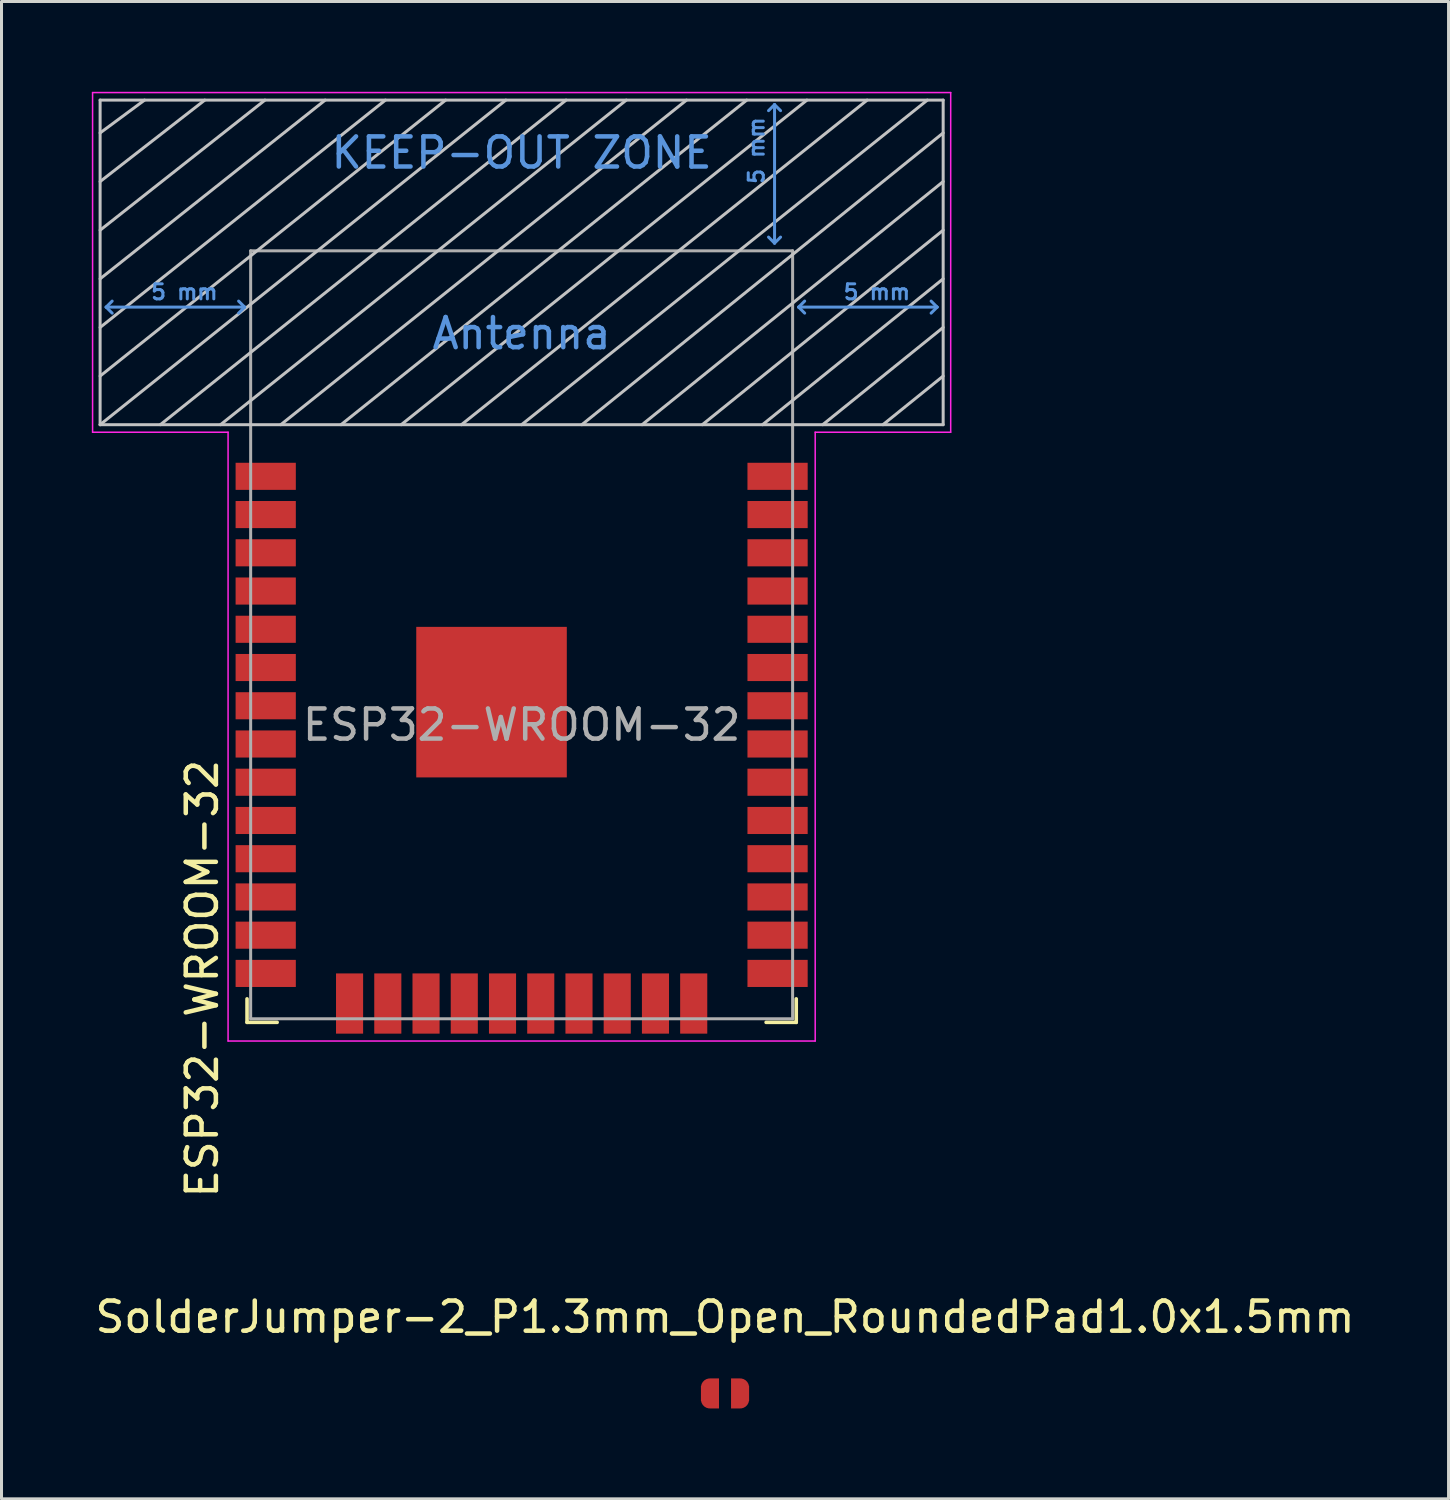
<source format=kicad_pcb>
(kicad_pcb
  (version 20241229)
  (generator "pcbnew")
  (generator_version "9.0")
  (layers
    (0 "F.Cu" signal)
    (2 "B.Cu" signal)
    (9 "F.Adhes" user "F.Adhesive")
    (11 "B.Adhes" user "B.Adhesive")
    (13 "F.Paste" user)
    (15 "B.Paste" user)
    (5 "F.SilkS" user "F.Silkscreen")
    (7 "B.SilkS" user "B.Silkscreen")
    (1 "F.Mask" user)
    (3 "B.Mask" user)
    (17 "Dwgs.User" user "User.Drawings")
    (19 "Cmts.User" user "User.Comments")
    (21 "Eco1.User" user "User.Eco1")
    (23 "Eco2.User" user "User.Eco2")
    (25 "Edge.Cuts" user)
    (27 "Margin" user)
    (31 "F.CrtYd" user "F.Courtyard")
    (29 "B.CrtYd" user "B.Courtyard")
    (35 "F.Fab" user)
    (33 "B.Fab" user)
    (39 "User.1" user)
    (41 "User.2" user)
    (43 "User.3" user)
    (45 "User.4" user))
  (footprint "SolderJumper-2_P1.3mm_Open_RoundedPad1.0x1.5mm"
    (layer "F.Cu")
    (at 21.03 43.23)
    (property "Reference" "SolderJumper-2_P1.3mm_Open_RoundedPad1.0x1.5mm" (at 0 -2.54 0) (layer "F.SilkS") (effects (font (size 1 1) (thickness 0.15))))
    (attr exclude_from_pos_files exclude_from_bom)
    (pad "1" smd custom (at -0.5 0) (size 0.6 0.5) (layers "F.Cu" "F.Mask") (options (anchor rect)) (primitives (gr_circle (center 0 0.2) (end 0.3 0.2) (width 0) (fill yes)) (gr_circle (center 0 -0.2) (end 0.3 -0.2) (width 0) (fill yes)) (gr_poly (pts (xy 0 -0.5) (xy 0.3 -0.5) (xy 0.3 0.5) (xy 0 0.5)) (width 0) (fill yes))))
    (pad "2" smd custom (at 0.5 0) (size 0.6 0.5) (layers "F.Cu" "F.Mask") (options (anchor rect)) (primitives (gr_circle (center 0 0.2) (end 0.3 0.2) (width 0) (fill yes)) (gr_circle (center 0 -0.2) (end 0.3 -0.2) (width 0) (fill yes)) (gr_poly (pts (xy 0 -0.5) (xy -0.3 -0.5) (xy -0.3 0.5) (xy 0 0.5)) (width 0) (fill yes)))))
  (footprint "ESP32-WROOM-32"
    (layer "F.Cu")
    (at 14.275 21.025)
    (property "Reference" "ESP32-WROOM-32" (at -10.61 8.43 90) (layer "F.SilkS") (effects (font (size 1 1) (thickness 0.15))))
    (attr smd)
    (fp_line (start -9.12 9.1) (end -9.12 9.88) (stroke (width 0.12) (type solid)) (layer "F.SilkS"))
    (fp_line (start -9.12 9.88) (end -8.12 9.88) (stroke (width 0.12) (type solid)) (layer "F.SilkS"))
    (fp_line (start 9.12 9.1) (end 9.12 9.88) (stroke (width 0.12) (type solid)) (layer "F.SilkS"))
    (fp_line (start 9.12 9.88) (end 8.12 9.88) (stroke (width 0.12) (type solid)) (layer "F.SilkS"))
    (fp_line (start -14 -9.97) (end -14 -20.75) (stroke (width 0.1) (type solid)) (layer "Dwgs.User"))
    (fp_line (start -12.525 -20.75) (end -14 -19.66) (stroke (width 0.1) (type solid)) (layer "Dwgs.User"))
    (fp_line (start -10.525 -20.75) (end -14 -18.045) (stroke (width 0.1) (type solid)) (layer "Dwgs.User"))
    (fp_line (start -8.525 -20.75) (end -14 -16.43) (stroke (width 0.1) (type solid)) (layer "Dwgs.User"))
    (fp_line (start -8 -9.97) (end 5.475 -20.75) (stroke (width 0.1) (type solid)) (layer "Dwgs.User"))
    (fp_line (start -6.525 -20.75) (end -14 -14.815) (stroke (width 0.1) (type solid)) (layer "Dwgs.User"))
    (fp_line (start -4.525 -20.75) (end -14 -13.2) (stroke (width 0.1) (type solid)) (layer "Dwgs.User"))
    (fp_line (start -2.525 -20.75) (end -14 -11.585) (stroke (width 0.1) (type solid)) (layer "Dwgs.User"))
    (fp_line (start -0.525 -20.75) (end -14 -9.97) (stroke (width 0.1) (type solid)) (layer "Dwgs.User"))
    (fp_line (start 1.475 -20.75) (end -12 -9.97) (stroke (width 0.1) (type solid)) (layer "Dwgs.User"))
    (fp_line (start 3.475 -20.75) (end -10 -9.97) (stroke (width 0.1) (type solid)) (layer "Dwgs.User"))
    (fp_line (start 7.475 -20.75) (end -6 -9.97) (stroke (width 0.1) (type solid)) (layer "Dwgs.User"))
    (fp_line (start 9.475 -20.75) (end -4 -9.97) (stroke (width 0.1) (type solid)) (layer "Dwgs.User"))
    (fp_line (start 11.475 -20.75) (end -2 -9.97) (stroke (width 0.1) (type solid)) (layer "Dwgs.User"))
    (fp_line (start 13.475 -20.75) (end 0 -9.97) (stroke (width 0.1) (type solid)) (layer "Dwgs.User"))
    (fp_line (start 14 -20.75) (end -14 -20.75) (stroke (width 0.1) (type solid)) (layer "Dwgs.User"))
    (fp_line (start 14 -19.66) (end 2 -9.97) (stroke (width 0.1) (type solid)) (layer "Dwgs.User"))
    (fp_line (start 14 -18.045) (end 4 -9.97) (stroke (width 0.1) (type solid)) (layer "Dwgs.User"))
    (fp_line (start 14 -16.43) (end 6 -9.97) (stroke (width 0.1) (type solid)) (layer "Dwgs.User"))
    (fp_line (start 14 -14.815) (end 8 -9.97) (stroke (width 0.1) (type solid)) (layer "Dwgs.User"))
    (fp_line (start 14 -13.2) (end 10 -9.97) (stroke (width 0.1) (type solid)) (layer "Dwgs.User"))
    (fp_line (start 14 -11.585) (end 12 -9.97) (stroke (width 0.1) (type solid)) (layer "Dwgs.User"))
    (fp_line (start 14 -9.97) (end -14 -9.97) (stroke (width 0.1) (type solid)) (layer "Dwgs.User"))
    (fp_line (start 14 -9.97) (end 14 -20.75) (stroke (width 0.1) (type solid)) (layer "Dwgs.User"))
    (fp_line (start -13.8 -13.875) (end -13.6 -14.075) (stroke (width 0.1) (type solid)) (layer "Cmts.User"))
    (fp_line (start -13.8 -13.875) (end -13.6 -13.675) (stroke (width 0.1) (type solid)) (layer "Cmts.User"))
    (fp_line (start -13.8 -13.875) (end -9.2 -13.875) (stroke (width 0.1) (type solid)) (layer "Cmts.User"))
    (fp_line (start -9.2 -13.875) (end -9.4 -14.075) (stroke (width 0.1) (type solid)) (layer "Cmts.User"))
    (fp_line (start -9.2 -13.875) (end -9.4 -13.675) (stroke (width 0.1) (type solid)) (layer "Cmts.User"))
    (fp_line (start 8.4 -20.6) (end 8.2 -20.4) (stroke (width 0.1) (type solid)) (layer "Cmts.User"))
    (fp_line (start 8.4 -20.6) (end 8.6 -20.4) (stroke (width 0.1) (type solid)) (layer "Cmts.User"))
    (fp_line (start 8.4 -16) (end 8.2 -16.2) (stroke (width 0.1) (type solid)) (layer "Cmts.User"))
    (fp_line (start 8.4 -16) (end 8.4 -20.6) (stroke (width 0.1) (type solid)) (layer "Cmts.User"))
    (fp_line (start 8.4 -16) (end 8.6 -16.2) (stroke (width 0.1) (type solid)) (layer "Cmts.User"))
    (fp_line (start 9.2 -13.875) (end 9.4 -14.075) (stroke (width 0.1) (type solid)) (layer "Cmts.User"))
    (fp_line (start 9.2 -13.875) (end 9.4 -13.675) (stroke (width 0.1) (type solid)) (layer "Cmts.User"))
    (fp_line (start 9.2 -13.875) (end 13.8 -13.875) (stroke (width 0.1) (type solid)) (layer "Cmts.User"))
    (fp_line (start 13.8 -13.875) (end 13.6 -14.075) (stroke (width 0.1) (type solid)) (layer "Cmts.User"))
    (fp_line (start 13.8 -13.875) (end 13.6 -13.675) (stroke (width 0.1) (type solid)) (layer "Cmts.User"))
    (fp_line (start -14.25 -21) (end -14.25 -9.72) (stroke (width 0.05) (type solid)) (layer "F.CrtYd"))
    (fp_line (start -14.25 -21) (end 14.25 -21) (stroke (width 0.05) (type solid)) (layer "F.CrtYd"))
    (fp_line (start -14.25 -9.72) (end -9.75 -9.72) (stroke (width 0.05) (type solid)) (layer "F.CrtYd"))
    (fp_line (start -9.75 10.5) (end -9.75 -9.72) (stroke (width 0.05) (type solid)) (layer "F.CrtYd"))
    (fp_line (start -9.75 10.5) (end 9.75 10.5) (stroke (width 0.05) (type solid)) (layer "F.CrtYd"))
    (fp_line (start 9.75 -9.72) (end 9.75 10.5) (stroke (width 0.05) (type solid)) (layer "F.CrtYd"))
    (fp_line (start 9.75 -9.72) (end 14.25 -9.72) (stroke (width 0.05) (type solid)) (layer "F.CrtYd"))
    (fp_line (start 14.25 -21) (end 14.25 -9.72) (stroke (width 0.05) (type solid)) (layer "F.CrtYd"))
    (fp_line (start -9 -15.745) (end -9 9.76) (stroke (width 0.1) (type solid)) (layer "F.Fab"))
    (fp_line (start -9 -15.745) (end 9 -15.745) (stroke (width 0.1) (type solid)) (layer "F.Fab"))
    (fp_line (start -9 9.76) (end 9 9.76) (stroke (width 0.1) (type solid)) (layer "F.Fab"))
    (fp_line (start 9 9.76) (end 9 -15.745) (stroke (width 0.1) (type solid)) (layer "F.Fab"))
    (fp_text user "5 mm" (at -11.2 -14.375 0) (layer "Cmts.User") (effects (font (size 0.5 0.5) (thickness 0.1))))
    (fp_text user "5 mm" (at 11.8 -14.375 0) (layer "Cmts.User") (effects (font (size 0.5 0.5) (thickness 0.1))))
    (fp_text user "5 mm" (at 7.8 -19.075 90) (layer "Cmts.User") (effects (font (size 0.5 0.5) (thickness 0.1))))
    (fp_text user "Antenna" (at 0 -13 0) (layer "Cmts.User") (effects (font (size 1 1) (thickness 0.15))))
    (fp_text user "KEEP-OUT ZONE" (at 0 -19 0) (layer "Cmts.User") (effects (font (size 1 1) (thickness 0.15))))
    (fp_text user "${REFERENCE}" (at 0 0 0) (layer "F.Fab") (effects (font (size 1 1) (thickness 0.15))))
    (pad "1" smd rect (at -8.5 -8.255) (size 2 0.9) (layers "F.Cu" "F.Mask" "F.Paste"))
    (pad "2" smd rect (at -8.5 -6.985) (size 2 0.9) (layers "F.Cu" "F.Mask" "F.Paste"))
    (pad "3" smd rect (at -8.5 -5.715) (size 2 0.9) (layers "F.Cu" "F.Mask" "F.Paste"))
    (pad "4" smd rect (at -8.5 -4.445) (size 2 0.9) (layers "F.Cu" "F.Mask" "F.Paste"))
    (pad "5" smd rect (at -8.5 -3.175) (size 2 0.9) (layers "F.Cu" "F.Mask" "F.Paste"))
    (pad "6" smd rect (at -8.5 -1.905) (size 2 0.9) (layers "F.Cu" "F.Mask" "F.Paste"))
    (pad "7" smd rect (at -8.5 -0.635) (size 2 0.9) (layers "F.Cu" "F.Mask" "F.Paste"))
    (pad "8" smd rect (at -8.5 0.635) (size 2 0.9) (layers "F.Cu" "F.Mask" "F.Paste"))
    (pad "9" smd rect (at -8.5 1.905) (size 2 0.9) (layers "F.Cu" "F.Mask" "F.Paste"))
    (pad "10" smd rect (at -8.5 3.175) (size 2 0.9) (layers "F.Cu" "F.Mask" "F.Paste"))
    (pad "11" smd rect (at -8.5 4.445) (size 2 0.9) (layers "F.Cu" "F.Mask" "F.Paste"))
    (pad "12" smd rect (at -8.5 5.715) (size 2 0.9) (layers "F.Cu" "F.Mask" "F.Paste"))
    (pad "13" smd rect (at -8.5 6.985) (size 2 0.9) (layers "F.Cu" "F.Mask" "F.Paste"))
    (pad "14" smd rect (at -8.5 8.255) (size 2 0.9) (layers "F.Cu" "F.Mask" "F.Paste"))
    (pad "15" smd rect (at -5.715 9.255 90) (size 2 0.9) (layers "F.Cu" "F.Mask" "F.Paste"))
    (pad "16" smd rect (at -4.445 9.255 90) (size 2 0.9) (layers "F.Cu" "F.Mask" "F.Paste"))
    (pad "17" smd rect (at -3.175 9.255 90) (size 2 0.9) (layers "F.Cu" "F.Mask" "F.Paste"))
    (pad "18" smd rect (at -1.905 9.255 90) (size 2 0.9) (layers "F.Cu" "F.Mask" "F.Paste"))
    (pad "19" smd rect (at -0.635 9.255 90) (size 2 0.9) (layers "F.Cu" "F.Mask" "F.Paste"))
    (pad "20" smd rect (at 0.635 9.255 90) (size 2 0.9) (layers "F.Cu" "F.Mask" "F.Paste"))
    (pad "21" smd rect (at 1.905 9.255 90) (size 2 0.9) (layers "F.Cu" "F.Mask" "F.Paste"))
    (pad "22" smd rect (at 3.175 9.255 90) (size 2 0.9) (layers "F.Cu" "F.Mask" "F.Paste"))
    (pad "23" smd rect (at 4.445 9.255 90) (size 2 0.9) (layers "F.Cu" "F.Mask" "F.Paste"))
    (pad "24" smd rect (at 5.715 9.255 90) (size 2 0.9) (layers "F.Cu" "F.Mask" "F.Paste"))
    (pad "25" smd rect (at 8.5 8.255) (size 2 0.9) (layers "F.Cu" "F.Mask" "F.Paste"))
    (pad "26" smd rect (at 8.5 6.985) (size 2 0.9) (layers "F.Cu" "F.Mask" "F.Paste"))
    (pad "27" smd rect (at 8.5 5.715) (size 2 0.9) (layers "F.Cu" "F.Mask" "F.Paste"))
    (pad "28" smd rect (at 8.5 4.445) (size 2 0.9) (layers "F.Cu" "F.Mask" "F.Paste"))
    (pad "29" smd rect (at 8.5 3.175) (size 2 0.9) (layers "F.Cu" "F.Mask" "F.Paste"))
    (pad "30" smd rect (at 8.5 1.905) (size 2 0.9) (layers "F.Cu" "F.Mask" "F.Paste"))
    (pad "31" smd rect (at 8.5 0.635) (size 2 0.9) (layers "F.Cu" "F.Mask" "F.Paste"))
    (pad "32" smd rect (at 8.5 -0.635) (size 2 0.9) (layers "F.Cu" "F.Mask" "F.Paste"))
    (pad "33" smd rect (at 8.5 -1.905) (size 2 0.9) (layers "F.Cu" "F.Mask" "F.Paste"))
    (pad "34" smd rect (at 8.5 -3.175) (size 2 0.9) (layers "F.Cu" "F.Mask" "F.Paste"))
    (pad "35" smd rect (at 8.5 -4.445) (size 2 0.9) (layers "F.Cu" "F.Mask" "F.Paste"))
    (pad "36" smd rect (at 8.5 -5.715) (size 2 0.9) (layers "F.Cu" "F.Mask" "F.Paste"))
    (pad "37" smd rect (at 8.5 -6.985) (size 2 0.9) (layers "F.Cu" "F.Mask" "F.Paste"))
    (pad "38" smd rect (at 8.5 -8.255) (size 2 0.9) (layers "F.Cu" "F.Mask" "F.Paste"))
    (pad "39" smd rect (at -1 -0.755) (size 5 5) (layers "F.Cu" "F.Mask" "F.Paste")))
  (gr_rect
    (start -3 -3)
    (end 45.06 46.73)
    (stroke (width 0.1) (type default))
    (fill no)
    (layer "Edge.Cuts")))
</source>
